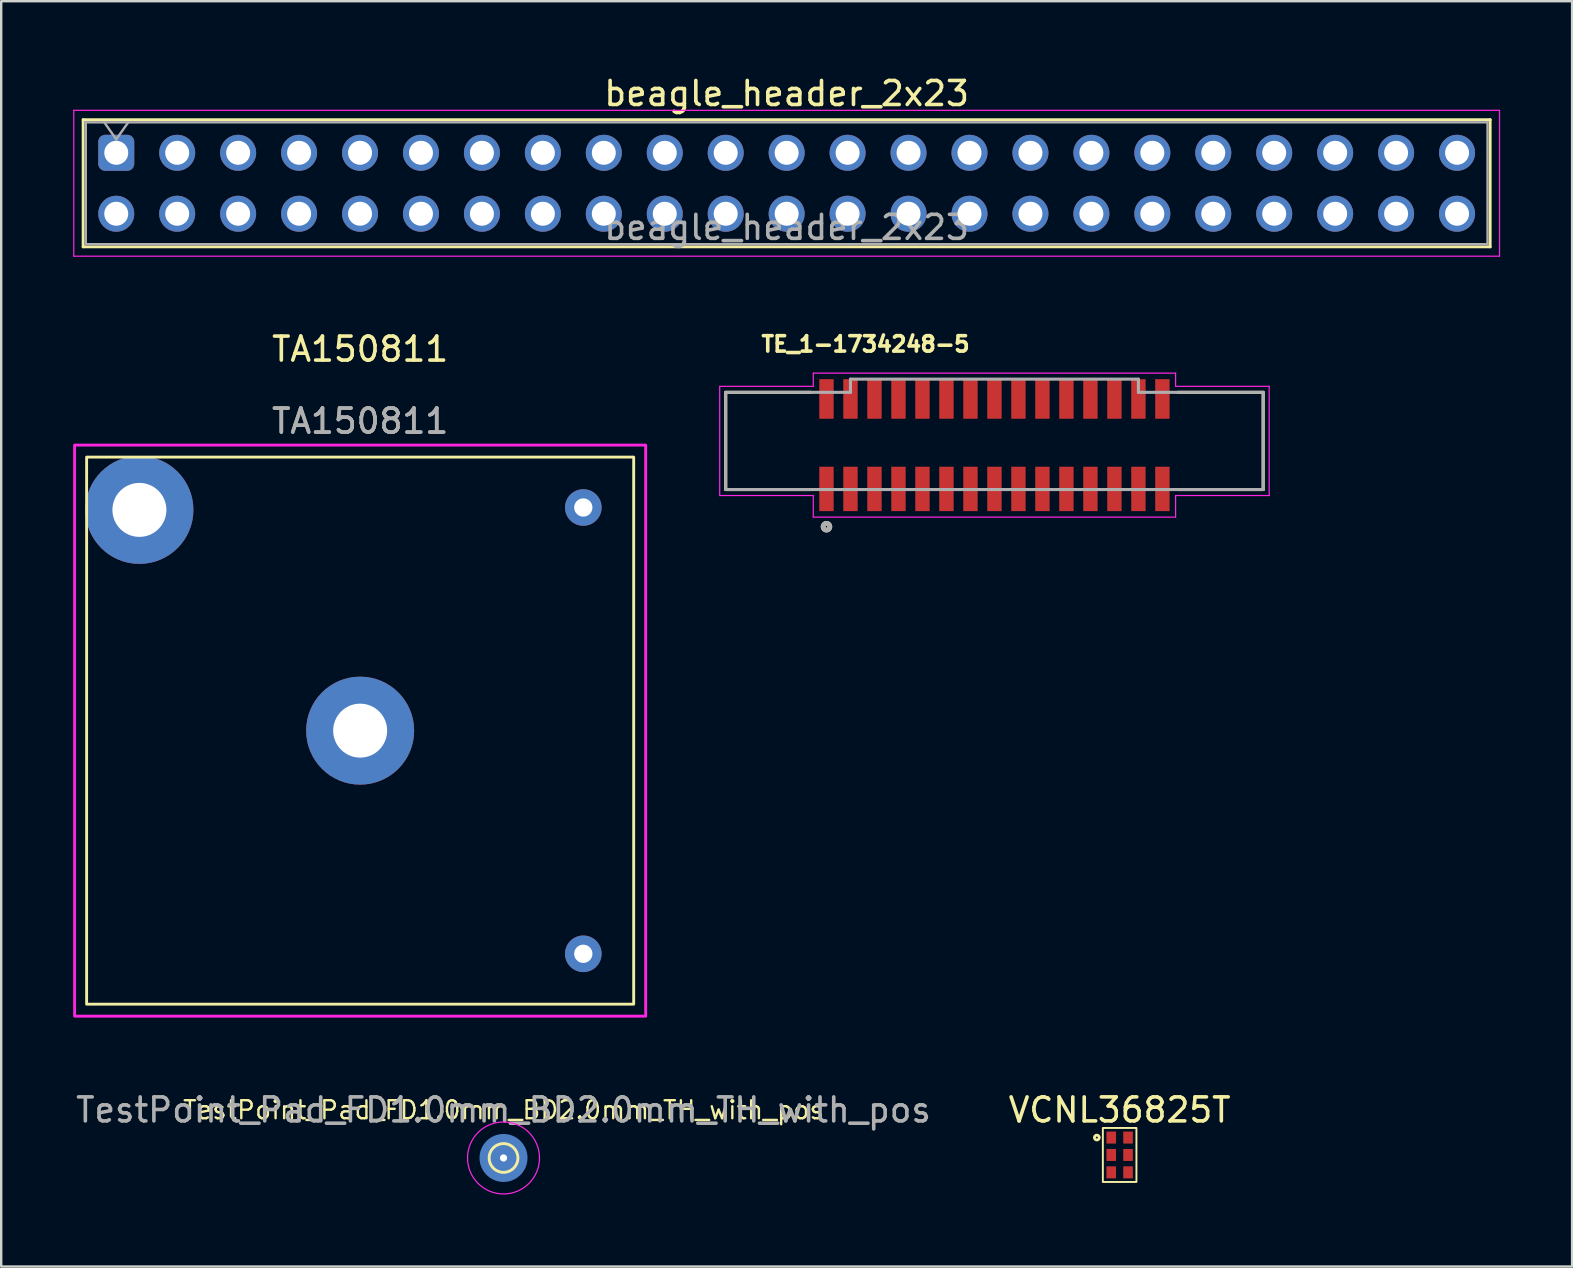
<source format=kicad_pcb>
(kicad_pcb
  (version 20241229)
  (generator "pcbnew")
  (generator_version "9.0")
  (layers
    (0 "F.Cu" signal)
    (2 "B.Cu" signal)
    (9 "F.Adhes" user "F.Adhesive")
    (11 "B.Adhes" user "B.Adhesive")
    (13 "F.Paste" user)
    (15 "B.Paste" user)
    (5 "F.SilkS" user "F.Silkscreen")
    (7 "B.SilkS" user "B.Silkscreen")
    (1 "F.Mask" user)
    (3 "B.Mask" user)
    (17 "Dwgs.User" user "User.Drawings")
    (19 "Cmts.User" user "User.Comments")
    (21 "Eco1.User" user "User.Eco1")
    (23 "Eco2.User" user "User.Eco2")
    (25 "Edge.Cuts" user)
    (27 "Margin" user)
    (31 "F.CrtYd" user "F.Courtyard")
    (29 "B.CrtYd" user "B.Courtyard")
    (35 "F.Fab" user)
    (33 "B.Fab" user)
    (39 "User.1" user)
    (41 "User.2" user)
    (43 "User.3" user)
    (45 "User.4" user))
  (footprint "VCNL36825T"
    (layer "F.Cu")
    (at 43.613 45.81)
    (property "Reference" "VCNL36825T" (at 0 -2.6 0) (unlocked yes) (layer "F.SilkS") (effects (font (size 1 1) (thickness 0.15))))
    (attr smd)
    (fp_rect (start 0.7 -1.85) (end -0.7 0.4) (stroke (width 0.08) (type solid)) (fill no) (layer "F.SilkS"))
    (fp_circle (center -0.95 -1.45) (end -0.85 -1.45) (stroke (width 0.12) (type solid)) (fill no) (layer "F.SilkS"))
    (pad "1" smd rect (at -0.35 -1.45) (size 0.4 0.5) (layers "F.Cu" "F.Mask" "F.Paste"))
    (pad "2" smd rect (at -0.35 -0.725) (size 0.4 0.5) (layers "F.Cu" "F.Mask" "F.Paste"))
    (pad "3" smd rect (at -0.35 0) (size 0.4 0.5) (layers "F.Cu" "F.Mask" "F.Paste"))
    (pad "4" smd rect (at 0.35 0) (size 0.4 0.5) (layers "F.Cu" "F.Mask" "F.Paste"))
    (pad "5" smd rect (at 0.35 -0.725) (size 0.4 0.5) (layers "F.Cu" "F.Mask" "F.Paste"))
    (pad "6" smd rect (at 0.35 -1.45) (size 0.4 0.5) (layers "F.Cu" "F.Mask" "F.Paste")))
  (footprint "TestPoint_Pad_FD1.0mm_BD2.0mm_TH_with_pos"
    (layer "F.Cu")
    (at 17.935 45.21)
    (property "Reference" "TestPoint_Pad_FD1.0mm_BD2.0mm_TH_with_pos" (at 0 -1.998 0) (layer "F.SilkS") (effects (font (size 0.75 0.75) (thickness 0.1))))
    (attr exclude_from_bom)
    (fp_circle (center 0 0) (end 0.6 0) (stroke (width 0.12) (type solid)) (fill no) (layer "F.SilkS"))
    (fp_circle (center 0 0) (end 1.5 0) (stroke (width 0.05) (type solid)) (fill no) (layer "F.CrtYd"))
    (fp_text user "${REFERENCE}" (at 0 -2 0) (layer "F.Fab") (effects (font (size 1 1) (thickness 0.15))))
    (pad "1" thru_hole circle (at 0 0) (size 1 1) (drill 0.3) (property pad_prop_testpoint) (layers "*.Cu" "F.Mask"))
    (pad "1" smd circle (at 0 0) (size 2 2) (property pad_prop_testpoint) (layers "B.Cu" "B.Mask")))
  (footprint "TE_1-1734248-5"
    (layer "F.Cu")
    (at 38.395 15.302)
    (property "Reference" "TE_1-1734248-5" (at -5.373 -4.01 0) (layer "F.SilkS") (effects (font (size 0.641 0.641) (thickness 0.15))))
    (attr through_hole)
    (fp_line (start -11.2 -2) (end -7.65 -2) (stroke (width 0.127) (type solid)) (layer "F.SilkS"))
    (fp_line (start -11.2 2.05) (end -11.2 -2) (stroke (width 0.127) (type solid)) (layer "F.SilkS"))
    (fp_line (start -11.2 2.05) (end -7.65 2.05) (stroke (width 0.127) (type solid)) (layer "F.SilkS"))
    (fp_line (start 11.2 -2) (end 7.65 -2) (stroke (width 0.127) (type solid)) (layer "F.SilkS"))
    (fp_line (start 11.2 2.05) (end 7.65 2.05) (stroke (width 0.127) (type solid)) (layer "F.SilkS"))
    (fp_line (start 11.2 2.05) (end 11.2 -2) (stroke (width 0.127) (type solid)) (layer "F.SilkS"))
    (fp_circle (center -7 3.6) (end -6.859 3.6) (stroke (width 0.2) (type solid)) (fill no) (layer "F.SilkS"))
    (fp_line (start -11.45 -2.25) (end -7.55 -2.25) (stroke (width 0.05) (type solid)) (layer "F.CrtYd"))
    (fp_line (start -11.45 2.3) (end -11.45 -2.25) (stroke (width 0.05) (type solid)) (layer "F.CrtYd"))
    (fp_line (start -7.55 -2.8) (end 7.55 -2.8) (stroke (width 0.05) (type solid)) (layer "F.CrtYd"))
    (fp_line (start -7.55 -2.25) (end -7.55 -2.8) (stroke (width 0.05) (type solid)) (layer "F.CrtYd"))
    (fp_line (start -7.55 2.3) (end -11.45 2.3) (stroke (width 0.05) (type solid)) (layer "F.CrtYd"))
    (fp_line (start -7.55 3.2) (end -7.55 2.3) (stroke (width 0.05) (type solid)) (layer "F.CrtYd"))
    (fp_line (start 7.55 -2.8) (end 7.55 -2.25) (stroke (width 0.05) (type solid)) (layer "F.CrtYd"))
    (fp_line (start 7.55 -2.25) (end 11.45 -2.25) (stroke (width 0.05) (type solid)) (layer "F.CrtYd"))
    (fp_line (start 7.55 2.3) (end 7.55 3.2) (stroke (width 0.05) (type solid)) (layer "F.CrtYd"))
    (fp_line (start 7.55 3.2) (end -7.55 3.2) (stroke (width 0.05) (type solid)) (layer "F.CrtYd"))
    (fp_line (start 11.45 -2.25) (end 11.45 2.3) (stroke (width 0.05) (type solid)) (layer "F.CrtYd"))
    (fp_line (start 11.45 2.3) (end 7.55 2.3) (stroke (width 0.05) (type solid)) (layer "F.CrtYd"))
    (fp_line (start -11.2 -2) (end -6 -2) (stroke (width 0.127) (type solid)) (layer "F.Fab"))
    (fp_line (start -11.2 2.05) (end -11.2 -2) (stroke (width 0.127) (type solid)) (layer "F.Fab"))
    (fp_line (start -6 -2.55) (end 6 -2.55) (stroke (width 0.127) (type solid)) (layer "F.Fab"))
    (fp_line (start -6 -2) (end -6 -2.55) (stroke (width 0.127) (type solid)) (layer "F.Fab"))
    (fp_line (start 6 -2) (end 6 -2.55) (stroke (width 0.127) (type solid)) (layer "F.Fab"))
    (fp_line (start 11.2 -2) (end 6 -2) (stroke (width 0.127) (type solid)) (layer "F.Fab"))
    (fp_line (start 11.2 2.05) (end -11.2 2.05) (stroke (width 0.127) (type solid)) (layer "F.Fab"))
    (fp_line (start 11.2 2.05) (end 11.2 -2) (stroke (width 0.127) (type solid)) (layer "F.Fab"))
    (fp_circle (center -7 3.6) (end -6.859 3.6) (stroke (width 0.2) (type solid)) (fill no) (layer "F.Fab"))
    (pad "1" smd rect (at -7 -1.725 180) (size 0.6 1.65) (layers "F.Cu" "F.Mask" "F.Paste"))
    (pad "1" smd rect (at -7 2.025 180) (size 0.6 1.85) (layers "F.Cu" "F.Mask" "F.Paste"))
    (pad "2" smd rect (at -6 -1.725 180) (size 0.6 1.65) (layers "F.Cu" "F.Mask" "F.Paste"))
    (pad "2" smd rect (at -6 2.025 180) (size 0.6 1.85) (layers "F.Cu" "F.Mask" "F.Paste"))
    (pad "3" smd rect (at -5 -1.725 180) (size 0.6 1.65) (layers "F.Cu" "F.Mask" "F.Paste"))
    (pad "3" smd rect (at -5 2.025 180) (size 0.6 1.85) (layers "F.Cu" "F.Mask" "F.Paste"))
    (pad "4" smd rect (at -4 -1.725 180) (size 0.6 1.65) (layers "F.Cu" "F.Mask" "F.Paste"))
    (pad "4" smd rect (at -4 2.025 180) (size 0.6 1.85) (layers "F.Cu" "F.Mask" "F.Paste"))
    (pad "5" smd rect (at -3 -1.725 180) (size 0.6 1.65) (layers "F.Cu" "F.Mask" "F.Paste"))
    (pad "5" smd rect (at -3 2.025 180) (size 0.6 1.85) (layers "F.Cu" "F.Mask" "F.Paste"))
    (pad "6" smd rect (at -2 -1.725 180) (size 0.6 1.65) (layers "F.Cu" "F.Mask" "F.Paste"))
    (pad "6" smd rect (at -2 2.025 180) (size 0.6 1.85) (layers "F.Cu" "F.Mask" "F.Paste"))
    (pad "7" smd rect (at -1 -1.725 180) (size 0.6 1.65) (layers "F.Cu" "F.Mask" "F.Paste"))
    (pad "7" smd rect (at -1 2.025 180) (size 0.6 1.85) (layers "F.Cu" "F.Mask" "F.Paste"))
    (pad "8" smd rect (at 0 -1.725 180) (size 0.6 1.65) (layers "F.Cu" "F.Mask" "F.Paste"))
    (pad "8" smd rect (at 0 2.025 180) (size 0.6 1.85) (layers "F.Cu" "F.Mask" "F.Paste"))
    (pad "9" smd rect (at 1 -1.725 180) (size 0.6 1.65) (layers "F.Cu" "F.Mask" "F.Paste"))
    (pad "9" smd rect (at 1 2.025 180) (size 0.6 1.85) (layers "F.Cu" "F.Mask" "F.Paste"))
    (pad "10" smd rect (at 2 -1.725 180) (size 0.6 1.65) (layers "F.Cu" "F.Mask" "F.Paste"))
    (pad "10" smd rect (at 2 2.025 180) (size 0.6 1.85) (layers "F.Cu" "F.Mask" "F.Paste"))
    (pad "11" smd rect (at 3 -1.725 180) (size 0.6 1.65) (layers "F.Cu" "F.Mask" "F.Paste"))
    (pad "11" smd rect (at 3 2.025 180) (size 0.6 1.85) (layers "F.Cu" "F.Mask" "F.Paste"))
    (pad "12" smd rect (at 4 -1.725 180) (size 0.6 1.65) (layers "F.Cu" "F.Mask" "F.Paste"))
    (pad "12" smd rect (at 4 2.025 180) (size 0.6 1.85) (layers "F.Cu" "F.Mask" "F.Paste"))
    (pad "13" smd rect (at 5 -1.725 180) (size 0.6 1.65) (layers "F.Cu" "F.Mask" "F.Paste"))
    (pad "13" smd rect (at 5 2.025 180) (size 0.6 1.85) (layers "F.Cu" "F.Mask" "F.Paste"))
    (pad "14" smd rect (at 6 -1.725 180) (size 0.6 1.65) (layers "F.Cu" "F.Mask" "F.Paste"))
    (pad "14" smd rect (at 6 2.025 180) (size 0.6 1.85) (layers "F.Cu" "F.Mask" "F.Paste"))
    (pad "15" smd rect (at 7 -1.725 180) (size 0.6 1.65) (layers "F.Cu" "F.Mask" "F.Paste"))
    (pad "15" smd rect (at 7 2.025 180) (size 0.6 1.85) (layers "F.Cu" "F.Mask" "F.Paste")))
  (footprint "TA150811"
    (layer "F.Cu")
    (at 11.96 27.401)
    (property "Reference" "TA150811" (at 0 -15.9 0) (unlocked yes) (layer "F.SilkS") (effects (font (size 1 1) (thickness 0.15))))
    (attr through_hole)
    (fp_rect (start -11.4 -11.4) (end 11.4 11.4) (stroke (width 0.12) (type solid)) (fill no) (layer "F.SilkS"))
    (fp_rect (start -11.9 -11.9) (end 11.9 11.9) (stroke (width 0.12) (type solid)) (fill no) (layer "F.CrtYd"))
    (fp_text user "${REFERENCE}" (at 0 -12.9 0) (unlocked yes) (layer "F.Fab") (effects (font (size 1 1) (thickness 0.15))))
    (fp_text user "${REFERENCE}" (at 0 -12.9 0) (unlocked yes) (layer "F.Fab") (effects (font (size 1 1) (thickness 0.15))))
    (pad "1" thru_hole circle (at -9.2 -9.2) (size 4.5 4.5) (drill 2.25) (layers "*.Cu" "*.Mask"))
    (pad "2" thru_hole circle (at 0 0) (size 4.5 4.5) (drill 2.25) (layers "*.Cu" "*.Mask"))
    (pad "3" thru_hole circle (at 9.3 -9.3) (size 1.524 1.524) (drill 0.762) (layers "*.Cu" "*.Mask"))
    (pad "5" thru_hole circle (at 9.3 9.3) (size 1.524 1.524) (drill 0.762) (layers "*.Cu" "*.Mask")))
  (footprint "beagle_header_2x23"
    (layer "F.Cu")
    (at 1.795 3.318)
    (property "Reference" "beagle_header_2x23" (at 27.94 -2.47 0) (layer "F.SilkS") (effects (font (size 1 1) (thickness 0.15))))
    (attr through_hole)
    (fp_line (start -1.38 -1.38) (end 57.26 -1.38) (stroke (width 0.12) (type solid)) (layer "F.SilkS"))
    (fp_line (start -1.38 3.92) (end -1.38 -1.38) (stroke (width 0.12) (type solid)) (layer "F.SilkS"))
    (fp_line (start 57.26 -1.38) (end 57.26 3.92) (stroke (width 0.12) (type solid)) (layer "F.SilkS"))
    (fp_line (start 57.26 3.92) (end -1.38 3.92) (stroke (width 0.12) (type solid)) (layer "F.SilkS"))
    (fp_line (start -1.77 -1.77) (end 57.65 -1.77) (stroke (width 0.05) (type solid)) (layer "F.CrtYd"))
    (fp_line (start -1.77 4.31) (end -1.77 -1.77) (stroke (width 0.05) (type solid)) (layer "F.CrtYd"))
    (fp_line (start 57.65 -1.77) (end 57.65 4.31) (stroke (width 0.05) (type solid)) (layer "F.CrtYd"))
    (fp_line (start 57.65 4.31) (end -1.77 4.31) (stroke (width 0.05) (type solid)) (layer "F.CrtYd"))
    (fp_line (start -1.27 -1.27) (end 57.15 -1.27) (stroke (width 0.1) (type solid)) (layer "F.Fab"))
    (fp_line (start -1.27 3.81) (end -1.27 -1.27) (stroke (width 0.1) (type solid)) (layer "F.Fab"))
    (fp_line (start -0.5 -1.27) (end 0 -0.563) (stroke (width 0.1) (type solid)) (layer "F.Fab"))
    (fp_line (start 0 -0.563) (end 0.5 -1.27) (stroke (width 0.1) (type solid)) (layer "F.Fab"))
    (fp_line (start 57.15 -1.27) (end 57.15 3.81) (stroke (width 0.1) (type solid)) (layer "F.Fab"))
    (fp_line (start 57.15 3.81) (end -1.27 3.81) (stroke (width 0.1) (type solid)) (layer "F.Fab"))
    (fp_text user "${REFERENCE}" (at 27.94 3.11 0) (layer "F.Fab") (effects (font (size 1 1) (thickness 0.15))))
    (pad "1" thru_hole roundrect (at 0 0) (size 1.5 1.5) (drill 1) (layers "*.Cu" "*.Mask") (roundrect_rratio 0.191))
    (pad "2" thru_hole circle (at 0 2.54) (size 1.5 1.5) (drill 1) (layers "*.Cu" "*.Mask"))
    (pad "3" thru_hole circle (at 2.54 0) (size 1.5 1.5) (drill 1) (layers "*.Cu" "*.Mask"))
    (pad "4" thru_hole circle (at 2.54 2.54) (size 1.5 1.5) (drill 1) (layers "*.Cu" "*.Mask"))
    (pad "5" thru_hole circle (at 5.08 0) (size 1.5 1.5) (drill 1) (layers "*.Cu" "*.Mask"))
    (pad "6" thru_hole circle (at 5.08 2.54) (size 1.5 1.5) (drill 1) (layers "*.Cu" "*.Mask"))
    (pad "7" thru_hole circle (at 7.62 0) (size 1.5 1.5) (drill 1) (layers "*.Cu" "*.Mask"))
    (pad "8" thru_hole circle (at 7.62 2.54) (size 1.5 1.5) (drill 1) (layers "*.Cu" "*.Mask"))
    (pad "9" thru_hole circle (at 10.16 0) (size 1.5 1.5) (drill 1) (layers "*.Cu" "*.Mask"))
    (pad "10" thru_hole circle (at 10.16 2.54) (size 1.5 1.5) (drill 1) (layers "*.Cu" "*.Mask"))
    (pad "11" thru_hole circle (at 12.7 0) (size 1.5 1.5) (drill 1) (layers "*.Cu" "*.Mask"))
    (pad "12" thru_hole circle (at 12.7 2.54) (size 1.5 1.5) (drill 1) (layers "*.Cu" "*.Mask"))
    (pad "13" thru_hole circle (at 15.24 0) (size 1.5 1.5) (drill 1) (layers "*.Cu" "*.Mask"))
    (pad "14" thru_hole circle (at 15.24 2.54) (size 1.5 1.5) (drill 1) (layers "*.Cu" "*.Mask"))
    (pad "15" thru_hole circle (at 17.78 0) (size 1.5 1.5) (drill 1) (layers "*.Cu" "*.Mask"))
    (pad "16" thru_hole circle (at 17.78 2.54) (size 1.5 1.5) (drill 1) (layers "*.Cu" "*.Mask"))
    (pad "17" thru_hole circle (at 20.32 0) (size 1.5 1.5) (drill 1) (layers "*.Cu" "*.Mask"))
    (pad "18" thru_hole circle (at 20.32 2.54) (size 1.5 1.5) (drill 1) (layers "*.Cu" "*.Mask"))
    (pad "19" thru_hole circle (at 22.86 0) (size 1.5 1.5) (drill 1) (layers "*.Cu" "*.Mask"))
    (pad "20" thru_hole circle (at 22.86 2.54) (size 1.5 1.5) (drill 1) (layers "*.Cu" "*.Mask"))
    (pad "21" thru_hole circle (at 25.4 0) (size 1.5 1.5) (drill 1) (layers "*.Cu" "*.Mask"))
    (pad "22" thru_hole circle (at 25.4 2.54) (size 1.5 1.5) (drill 1) (layers "*.Cu" "*.Mask"))
    (pad "23" thru_hole circle (at 27.94 0) (size 1.5 1.5) (drill 1) (layers "*.Cu" "*.Mask"))
    (pad "24" thru_hole circle (at 27.94 2.54) (size 1.5 1.5) (drill 1) (layers "*.Cu" "*.Mask"))
    (pad "25" thru_hole circle (at 30.48 0) (size 1.5 1.5) (drill 1) (layers "*.Cu" "*.Mask"))
    (pad "26" thru_hole circle (at 30.48 2.54) (size 1.5 1.5) (drill 1) (layers "*.Cu" "*.Mask"))
    (pad "27" thru_hole circle (at 33.02 0) (size 1.5 1.5) (drill 1) (layers "*.Cu" "*.Mask"))
    (pad "28" thru_hole circle (at 33.02 2.54) (size 1.5 1.5) (drill 1) (layers "*.Cu" "*.Mask"))
    (pad "29" thru_hole circle (at 35.56 0) (size 1.5 1.5) (drill 1) (layers "*.Cu" "*.Mask"))
    (pad "30" thru_hole circle (at 35.56 2.54) (size 1.5 1.5) (drill 1) (layers "*.Cu" "*.Mask"))
    (pad "31" thru_hole circle (at 38.1 0) (size 1.5 1.5) (drill 1) (layers "*.Cu" "*.Mask"))
    (pad "32" thru_hole circle (at 38.1 2.54) (size 1.5 1.5) (drill 1) (layers "*.Cu" "*.Mask"))
    (pad "33" thru_hole circle (at 40.64 0) (size 1.5 1.5) (drill 1) (layers "*.Cu" "*.Mask"))
    (pad "34" thru_hole circle (at 40.64 2.54) (size 1.5 1.5) (drill 1) (layers "*.Cu" "*.Mask"))
    (pad "35" thru_hole circle (at 43.18 0) (size 1.5 1.5) (drill 1) (layers "*.Cu" "*.Mask"))
    (pad "36" thru_hole circle (at 43.18 2.54) (size 1.5 1.5) (drill 1) (layers "*.Cu" "*.Mask"))
    (pad "37" thru_hole circle (at 45.72 0) (size 1.5 1.5) (drill 1) (layers "*.Cu" "*.Mask"))
    (pad "38" thru_hole circle (at 45.72 2.54) (size 1.5 1.5) (drill 1) (layers "*.Cu" "*.Mask"))
    (pad "39" thru_hole circle (at 48.26 0) (size 1.5 1.5) (drill 1) (layers "*.Cu" "*.Mask"))
    (pad "40" thru_hole circle (at 48.26 2.54) (size 1.5 1.5) (drill 1) (layers "*.Cu" "*.Mask"))
    (pad "41" thru_hole circle (at 50.8 0) (size 1.5 1.5) (drill 1) (layers "*.Cu" "*.Mask"))
    (pad "42" thru_hole circle (at 50.8 2.54) (size 1.5 1.5) (drill 1) (layers "*.Cu" "*.Mask"))
    (pad "43" thru_hole circle (at 53.34 0) (size 1.5 1.5) (drill 1) (layers "*.Cu" "*.Mask"))
    (pad "44" thru_hole circle (at 53.34 2.54) (size 1.5 1.5) (drill 1) (layers "*.Cu" "*.Mask"))
    (pad "45" thru_hole circle (at 55.88 0) (size 1.5 1.5) (drill 1) (layers "*.Cu" "*.Mask"))
    (pad "46" thru_hole circle (at 55.88 2.54) (size 1.5 1.5) (drill 1) (layers "*.Cu" "*.Mask")))
  (gr_rect
    (start -3 -3)
    (end 62.47 49.735)
    (stroke (width 0.1) (type default))
    (fill no)
    (layer "Edge.Cuts")))
</source>
